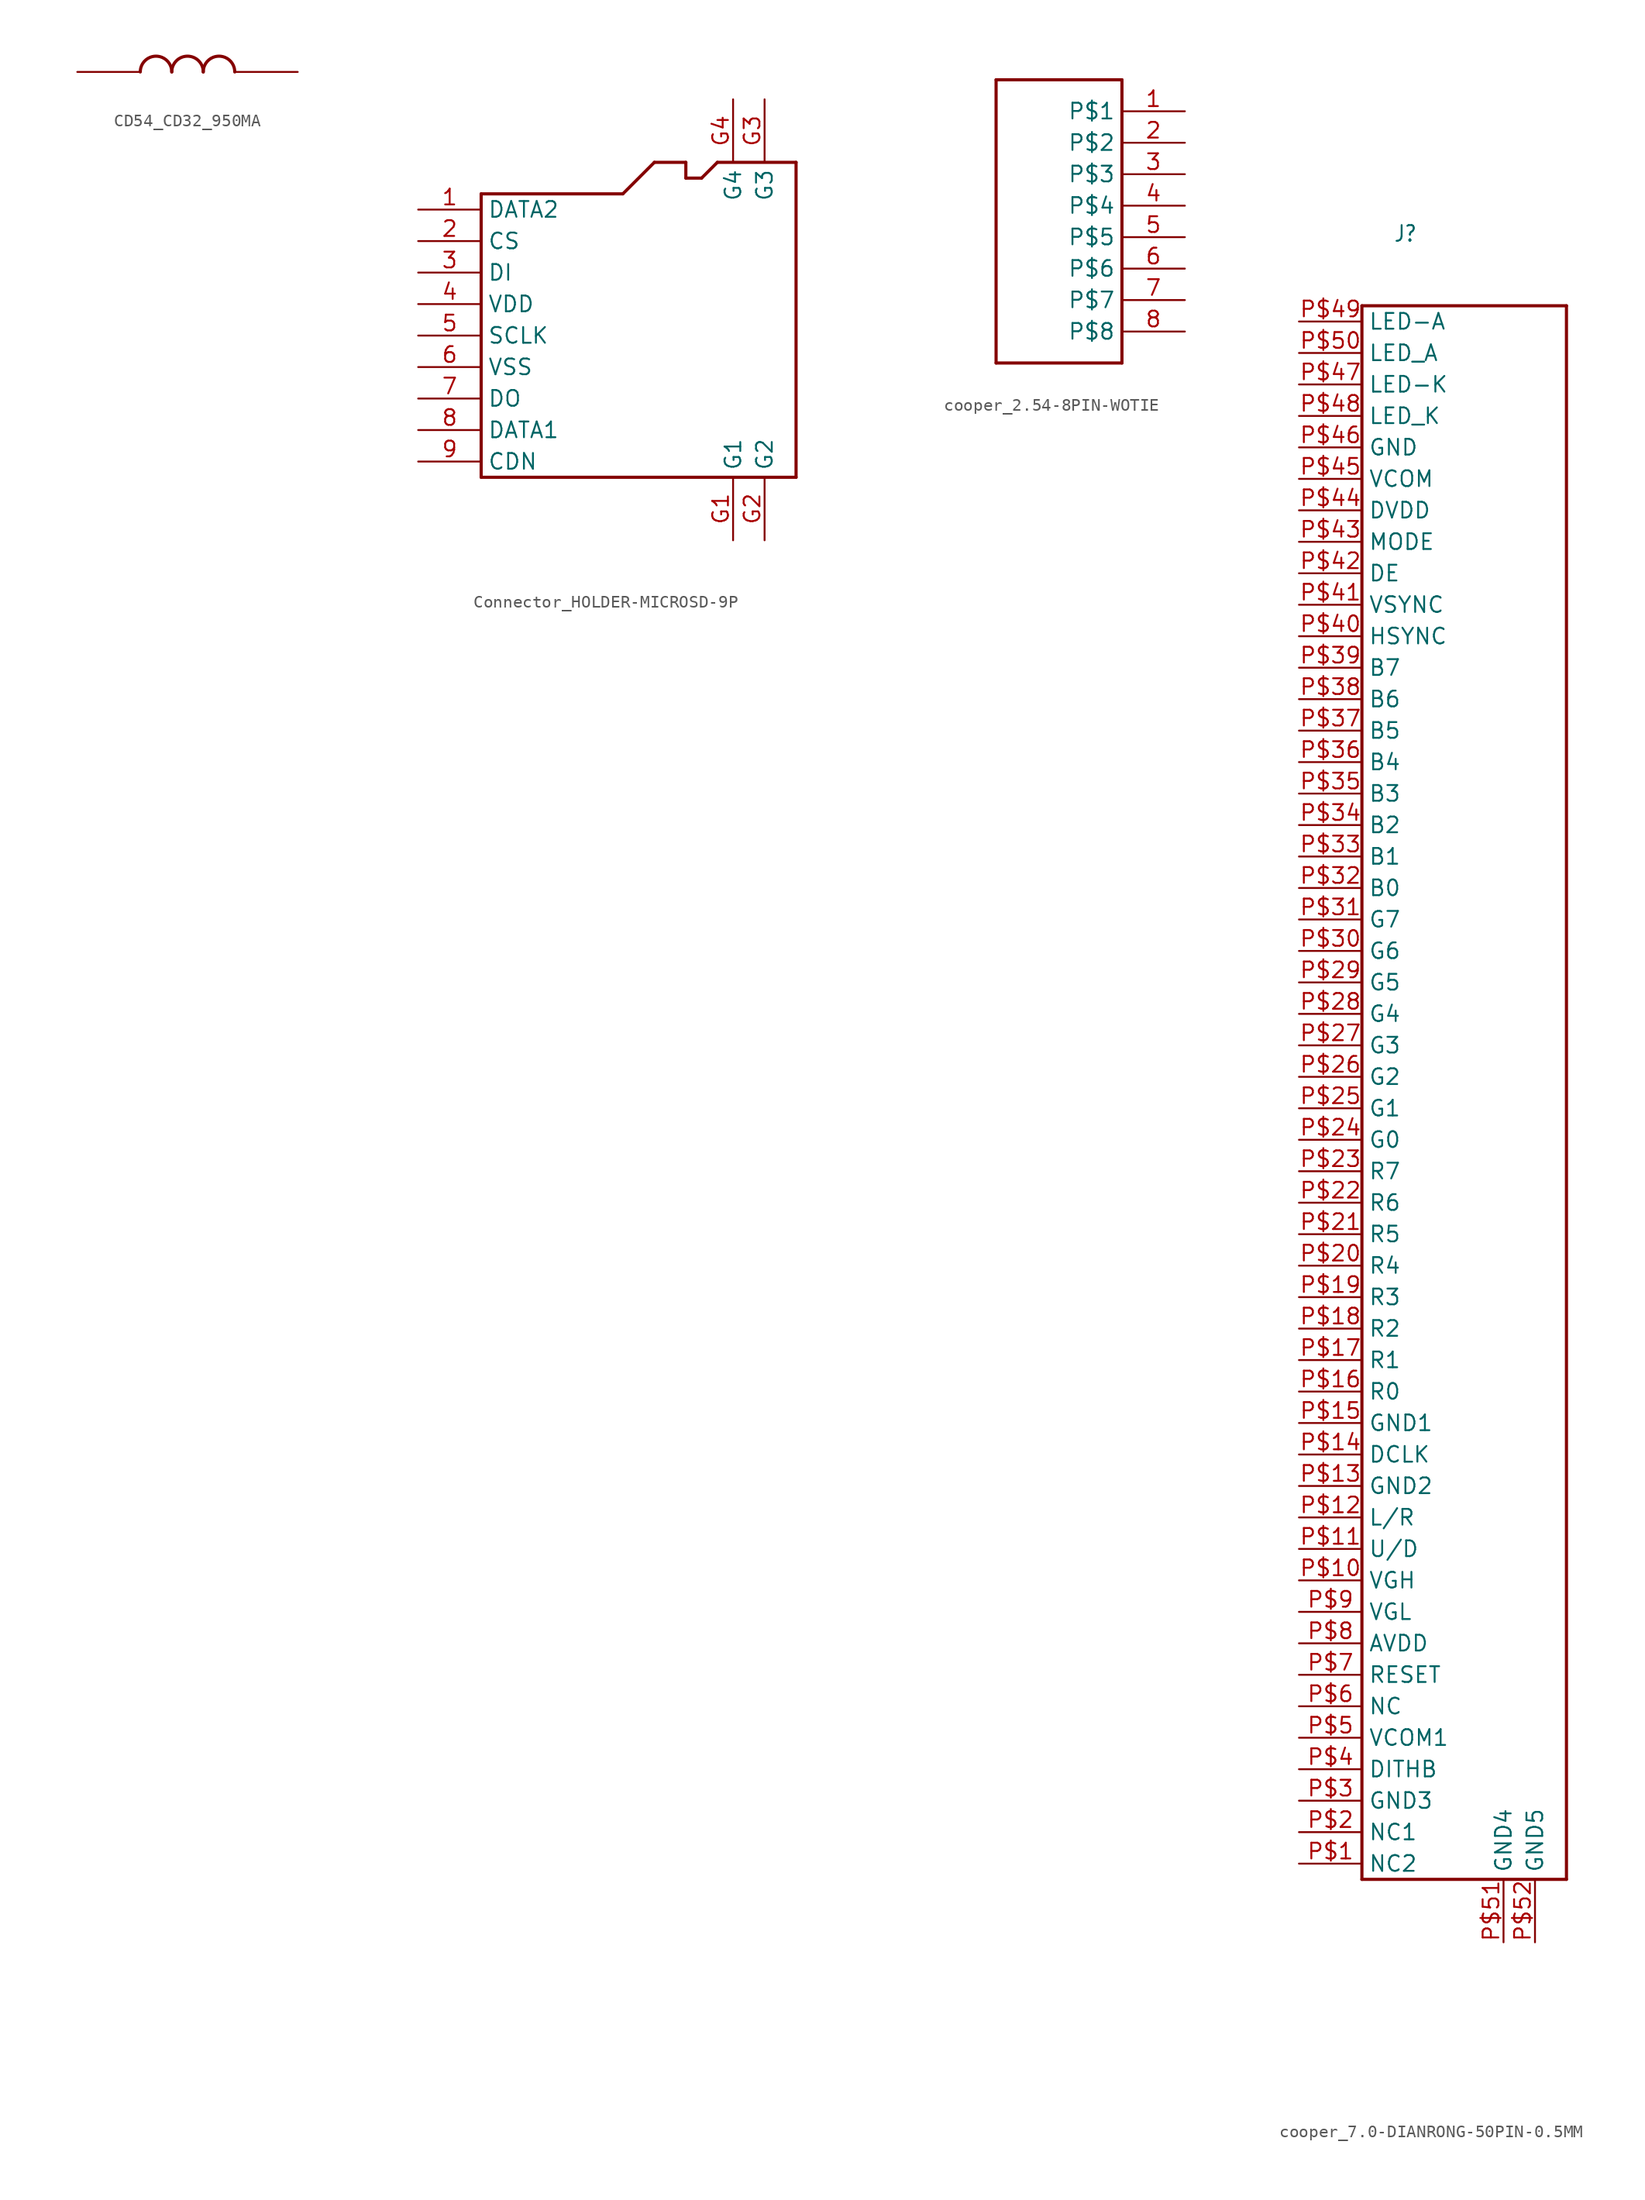
<source format=kicad_sym>
(kicad_symbol_lib
  (version 20231120)
  (generator "kicad_symbol_editor")
  (generator_version "8.0")
  (symbol "CD54_CD32_950MA"
    (property "Reference" ""
      (at -7.62 2.54 0)
      (effects (font (size 1.016 0.864)) (justify left bottom) (hide yes)))
    (property "Value" ""
      (at -7.62 -2.54 0)
      (effects (font (size 1.016 0.864)) (justify left bottom)))
    (property "ki_locked" ""
      (at 0 0 0)
      (effects (font (size 1.27 1.27))))
    (symbol "CD54_CD32_950MA_1_0"
      (arc (start -5.08 0) (mid -6.35 1.27) (end -7.62 0) (stroke (width 0.254) (type solid)) (fill (type none)))
      (arc (start -2.54 0) (mid -3.81 1.27) (end -5.08 0) (stroke (width 0.254) (type solid)) (fill (type none)))
      (arc (start 0 0) (mid -1.27 1.27) (end -2.54 0) (stroke (width 0.254) (type solid)) (fill (type none)))
      (pin bidirectional line (at -12.7 0 0) (length 5.08) (name "1" (effects (font (size 0 0)))) (number "1" (effects (font (size 0 0)))))
      (pin bidirectional line (at 5.08 0 180) (length 5.08) (name "2" (effects (font (size 0 0)))) (number "2" (effects (font (size 0 0)))))))
  (symbol "Connector_HOLDER-MICROSD-9P"
    (property "Reference" "J"
      (at -11.43 11.43 0)
      (effects (font (size 1.778 1.511)) (justify left bottom) (hide yes)))
    (property "ki_locked" ""
      (at 0 0 0)
      (effects (font (size 1.27 1.27))))
    (symbol "Connector_HOLDER-MICROSD-9P_1_0"
      (polyline (pts (xy -12.7 -11.43) (xy 12.7 -11.43)) (stroke (width 0.254) (type solid)) (fill (type none)))
      (polyline (pts (xy -12.7 11.43) (xy -12.7 -11.43)) (stroke (width 0.254) (type solid)) (fill (type none)))
      (polyline (pts (xy -1.27 11.43) (xy -12.7 11.43)) (stroke (width 0.254) (type solid)) (fill (type none)))
      (polyline (pts (xy 1.27 13.97) (xy -1.27 11.43)) (stroke (width 0.254) (type solid)) (fill (type none)))
      (polyline (pts (xy 3.81 12.7) (xy 3.81 13.97)) (stroke (width 0.254) (type solid)) (fill (type none)))
      (polyline (pts (xy 3.81 13.97) (xy 1.27 13.97)) (stroke (width 0.254) (type solid)) (fill (type none)))
      (polyline (pts (xy 5.08 12.7) (xy 3.81 12.7)) (stroke (width 0.254) (type solid)) (fill (type none)))
      (polyline (pts (xy 6.35 13.97) (xy 5.08 12.7)) (stroke (width 0.254) (type solid)) (fill (type none)))
      (polyline (pts (xy 12.7 -11.43) (xy 12.7 13.97)) (stroke (width 0.254) (type solid)) (fill (type none)))
      (polyline (pts (xy 12.7 13.97) (xy 6.35 13.97)) (stroke (width 0.254) (type solid)) (fill (type none)))
      (pin bidirectional line (at -17.78 10.16 0) (length 5.08) (name "DATA2" (effects (font (size 1.27 1.27)))) (number "1" (effects (font (size 1.27 1.27)))))
      (pin bidirectional line (at -17.78 7.62 0) (length 5.08) (name "CS" (effects (font (size 1.27 1.27)))) (number "2" (effects (font (size 1.27 1.27)))))
      (pin bidirectional line (at -17.78 5.08 0) (length 5.08) (name "DI" (effects (font (size 1.27 1.27)))) (number "3" (effects (font (size 1.27 1.27)))))
      (pin bidirectional line (at -17.78 2.54 0) (length 5.08) (name "VDD" (effects (font (size 1.27 1.27)))) (number "4" (effects (font (size 1.27 1.27)))))
      (pin bidirectional line (at -17.78 0 0) (length 5.08) (name "SCLK" (effects (font (size 1.27 1.27)))) (number "5" (effects (font (size 1.27 1.27)))))
      (pin bidirectional line (at -17.78 -2.54 0) (length 5.08) (name "VSS" (effects (font (size 1.27 1.27)))) (number "6" (effects (font (size 1.27 1.27)))))
      (pin bidirectional line (at -17.78 -5.08 0) (length 5.08) (name "DO" (effects (font (size 1.27 1.27)))) (number "7" (effects (font (size 1.27 1.27)))))
      (pin bidirectional line (at -17.78 -7.62 0) (length 5.08) (name "DATA1" (effects (font (size 1.27 1.27)))) (number "8" (effects (font (size 1.27 1.27)))))
      (pin bidirectional line (at -17.78 -10.16 0) (length 5.08) (name "CDN" (effects (font (size 1.27 1.27)))) (number "9" (effects (font (size 1.27 1.27)))))
      (pin bidirectional line (at 7.62 -16.51 90) (length 5.08) (name "G1" (effects (font (size 1.27 1.27)))) (number "G1" (effects (font (size 1.27 1.27)))))
      (pin bidirectional line (at 10.16 -16.51 90) (length 5.08) (name "G2" (effects (font (size 1.27 1.27)))) (number "G2" (effects (font (size 1.27 1.27)))))
      (pin bidirectional line (at 10.16 19.05 270) (length 5.08) (name "G3" (effects (font (size 1.27 1.27)))) (number "G3" (effects (font (size 1.27 1.27)))))
      (pin bidirectional line (at 7.62 19.05 270) (length 5.08) (name "G4" (effects (font (size 1.27 1.27)))) (number "G4" (effects (font (size 1.27 1.27)))))))
  (symbol "cooper_2.54-8PIN-WOTIE"
    (property "Reference" ""
      (at -14.2 -3.72 0)
      (effects (font (size 1.778 1.511)) (justify left bottom) (hide yes)))
    (property "Value" ""
      (at -14.3 -8.1 0)
      (effects (font (size 1.778 1.511)) (justify left bottom)))
    (property "ki_locked" ""
      (at 0 0 0)
      (effects (font (size 1.27 1.27))))
    (symbol "cooper_2.54-8PIN-WOTIE_1_0"
      (polyline (pts (xy -7.62 -15.24) (xy -7.62 7.62)) (stroke (width 0.254) (type solid)) (fill (type none)))
      (polyline (pts (xy -7.62 7.62) (xy 2.54 7.62)) (stroke (width 0.254) (type solid)) (fill (type none)))
      (polyline (pts (xy 2.54 -15.24) (xy -7.62 -15.24)) (stroke (width 0.254) (type solid)) (fill (type none)))
      (polyline (pts (xy 2.54 7.62) (xy 2.54 -15.24)) (stroke (width 0.254) (type solid)) (fill (type none)))
      (pin bidirectional line (at 7.62 5.08 180) (length 5.08) (name "P$1" (effects (font (size 1.27 1.27)))) (number "1" (effects (font (size 1.27 1.27)))))
      (pin bidirectional line (at 7.62 2.54 180) (length 5.08) (name "P$2" (effects (font (size 1.27 1.27)))) (number "2" (effects (font (size 1.27 1.27)))))
      (pin bidirectional line (at 7.62 0 180) (length 5.08) (name "P$3" (effects (font (size 1.27 1.27)))) (number "3" (effects (font (size 1.27 1.27)))))
      (pin bidirectional line (at 7.62 -2.54 180) (length 5.08) (name "P$4" (effects (font (size 1.27 1.27)))) (number "4" (effects (font (size 1.27 1.27)))))
      (pin bidirectional line (at 7.62 -5.08 180) (length 5.08) (name "P$5" (effects (font (size 1.27 1.27)))) (number "5" (effects (font (size 1.27 1.27)))))
      (pin bidirectional line (at 7.62 -7.62 180) (length 5.08) (name "P$6" (effects (font (size 1.27 1.27)))) (number "6" (effects (font (size 1.27 1.27)))))
      (pin bidirectional line (at 7.62 -10.16 180) (length 5.08) (name "P$7" (effects (font (size 1.27 1.27)))) (number "7" (effects (font (size 1.27 1.27)))))
      (pin bidirectional line (at 7.62 -12.7 180) (length 5.08) (name "P$8" (effects (font (size 1.27 1.27)))) (number "8" (effects (font (size 1.27 1.27)))))))
  (symbol "cooper_7.0-DIANRONG-50PIN-0.5MM"
    (property "Reference" "J"
      (at -7.62 68.58 0)
      (effects (font (size 1.27 1.079)) (justify left bottom)))
    (property "Value" ""
      (at -7.62 66.04 0)
      (effects (font (size 1.27 1.079)) (justify left bottom)))
    (property "ki_locked" ""
      (at 0 0 0)
      (effects (font (size 1.27 1.27))))
    (symbol "cooper_7.0-DIANRONG-50PIN-0.5MM_1_0"
      (polyline (pts (xy -10.16 -63.5) (xy 6.35 -63.5)) (stroke (width 0.254) (type solid)) (fill (type none)))
      (polyline (pts (xy -10.16 63.5) (xy -10.16 -63.5)) (stroke (width 0.254) (type solid)) (fill (type none)))
      (polyline (pts (xy 6.35 -63.5) (xy 6.35 63.5)) (stroke (width 0.254) (type solid)) (fill (type none)))
      (polyline (pts (xy 6.35 63.5) (xy -10.16 63.5)) (stroke (width 0.254) (type solid)) (fill (type none)))
      (pin bidirectional line (at -15.24 -62.23 0) (length 5.08) (name "NC2" (effects (font (size 1.27 1.27)))) (number "P$1" (effects (font (size 1.27 1.27)))))
      (pin bidirectional line (at -15.24 -39.37 0) (length 5.08) (name "VGH" (effects (font (size 1.27 1.27)))) (number "P$10" (effects (font (size 1.27 1.27)))))
      (pin bidirectional line (at -15.24 -36.83 0) (length 5.08) (name "U/D" (effects (font (size 1.27 1.27)))) (number "P$11" (effects (font (size 1.27 1.27)))))
      (pin bidirectional line (at -15.24 -34.29 0) (length 5.08) (name "L/R" (effects (font (size 1.27 1.27)))) (number "P$12" (effects (font (size 1.27 1.27)))))
      (pin bidirectional line (at -15.24 -31.75 0) (length 5.08) (name "GND2" (effects (font (size 1.27 1.27)))) (number "P$13" (effects (font (size 1.27 1.27)))))
      (pin bidirectional line (at -15.24 -29.21 0) (length 5.08) (name "DCLK" (effects (font (size 1.27 1.27)))) (number "P$14" (effects (font (size 1.27 1.27)))))
      (pin bidirectional line (at -15.24 -26.67 0) (length 5.08) (name "GND1" (effects (font (size 1.27 1.27)))) (number "P$15" (effects (font (size 1.27 1.27)))))
      (pin bidirectional line (at -15.24 -24.13 0) (length 5.08) (name "R0" (effects (font (size 1.27 1.27)))) (number "P$16" (effects (font (size 1.27 1.27)))))
      (pin bidirectional line (at -15.24 -21.59 0) (length 5.08) (name "R1" (effects (font (size 1.27 1.27)))) (number "P$17" (effects (font (size 1.27 1.27)))))
      (pin bidirectional line (at -15.24 -19.05 0) (length 5.08) (name "R2" (effects (font (size 1.27 1.27)))) (number "P$18" (effects (font (size 1.27 1.27)))))
      (pin bidirectional line (at -15.24 -16.51 0) (length 5.08) (name "R3" (effects (font (size 1.27 1.27)))) (number "P$19" (effects (font (size 1.27 1.27)))))
      (pin bidirectional line (at -15.24 -59.69 0) (length 5.08) (name "NC1" (effects (font (size 1.27 1.27)))) (number "P$2" (effects (font (size 1.27 1.27)))))
      (pin bidirectional line (at -15.24 -13.97 0) (length 5.08) (name "R4" (effects (font (size 1.27 1.27)))) (number "P$20" (effects (font (size 1.27 1.27)))))
      (pin bidirectional line (at -15.24 -11.43 0) (length 5.08) (name "R5" (effects (font (size 1.27 1.27)))) (number "P$21" (effects (font (size 1.27 1.27)))))
      (pin bidirectional line (at -15.24 -8.89 0) (length 5.08) (name "R6" (effects (font (size 1.27 1.27)))) (number "P$22" (effects (font (size 1.27 1.27)))))
      (pin bidirectional line (at -15.24 -6.35 0) (length 5.08) (name "R7" (effects (font (size 1.27 1.27)))) (number "P$23" (effects (font (size 1.27 1.27)))))
      (pin bidirectional line (at -15.24 -3.81 0) (length 5.08) (name "G0" (effects (font (size 1.27 1.27)))) (number "P$24" (effects (font (size 1.27 1.27)))))
      (pin bidirectional line (at -15.24 -1.27 0) (length 5.08) (name "G1" (effects (font (size 1.27 1.27)))) (number "P$25" (effects (font (size 1.27 1.27)))))
      (pin bidirectional line (at -15.24 1.27 0) (length 5.08) (name "G2" (effects (font (size 1.27 1.27)))) (number "P$26" (effects (font (size 1.27 1.27)))))
      (pin bidirectional line (at -15.24 3.81 0) (length 5.08) (name "G3" (effects (font (size 1.27 1.27)))) (number "P$27" (effects (font (size 1.27 1.27)))))
      (pin bidirectional line (at -15.24 6.35 0) (length 5.08) (name "G4" (effects (font (size 1.27 1.27)))) (number "P$28" (effects (font (size 1.27 1.27)))))
      (pin bidirectional line (at -15.24 8.89 0) (length 5.08) (name "G5" (effects (font (size 1.27 1.27)))) (number "P$29" (effects (font (size 1.27 1.27)))))
      (pin bidirectional line (at -15.24 -57.15 0) (length 5.08) (name "GND3" (effects (font (size 1.27 1.27)))) (number "P$3" (effects (font (size 1.27 1.27)))))
      (pin bidirectional line (at -15.24 11.43 0) (length 5.08) (name "G6" (effects (font (size 1.27 1.27)))) (number "P$30" (effects (font (size 1.27 1.27)))))
      (pin bidirectional line (at -15.24 13.97 0) (length 5.08) (name "G7" (effects (font (size 1.27 1.27)))) (number "P$31" (effects (font (size 1.27 1.27)))))
      (pin bidirectional line (at -15.24 16.51 0) (length 5.08) (name "B0" (effects (font (size 1.27 1.27)))) (number "P$32" (effects (font (size 1.27 1.27)))))
      (pin bidirectional line (at -15.24 19.05 0) (length 5.08) (name "B1" (effects (font (size 1.27 1.27)))) (number "P$33" (effects (font (size 1.27 1.27)))))
      (pin bidirectional line (at -15.24 21.59 0) (length 5.08) (name "B2" (effects (font (size 1.27 1.27)))) (number "P$34" (effects (font (size 1.27 1.27)))))
      (pin bidirectional line (at -15.24 24.13 0) (length 5.08) (name "B3" (effects (font (size 1.27 1.27)))) (number "P$35" (effects (font (size 1.27 1.27)))))
      (pin bidirectional line (at -15.24 26.67 0) (length 5.08) (name "B4" (effects (font (size 1.27 1.27)))) (number "P$36" (effects (font (size 1.27 1.27)))))
      (pin bidirectional line (at -15.24 29.21 0) (length 5.08) (name "B5" (effects (font (size 1.27 1.27)))) (number "P$37" (effects (font (size 1.27 1.27)))))
      (pin bidirectional line (at -15.24 31.75 0) (length 5.08) (name "B6" (effects (font (size 1.27 1.27)))) (number "P$38" (effects (font (size 1.27 1.27)))))
      (pin bidirectional line (at -15.24 34.29 0) (length 5.08) (name "B7" (effects (font (size 1.27 1.27)))) (number "P$39" (effects (font (size 1.27 1.27)))))
      (pin bidirectional line (at -15.24 -54.61 0) (length 5.08) (name "DITHB" (effects (font (size 1.27 1.27)))) (number "P$4" (effects (font (size 1.27 1.27)))))
      (pin bidirectional line (at -15.24 36.83 0) (length 5.08) (name "HSYNC" (effects (font (size 1.27 1.27)))) (number "P$40" (effects (font (size 1.27 1.27)))))
      (pin bidirectional line (at -15.24 39.37 0) (length 5.08) (name "VSYNC" (effects (font (size 1.27 1.27)))) (number "P$41" (effects (font (size 1.27 1.27)))))
      (pin bidirectional line (at -15.24 41.91 0) (length 5.08) (name "DE" (effects (font (size 1.27 1.27)))) (number "P$42" (effects (font (size 1.27 1.27)))))
      (pin bidirectional line (at -15.24 44.45 0) (length 5.08) (name "MODE" (effects (font (size 1.27 1.27)))) (number "P$43" (effects (font (size 1.27 1.27)))))
      (pin bidirectional line (at -15.24 46.99 0) (length 5.08) (name "DVDD" (effects (font (size 1.27 1.27)))) (number "P$44" (effects (font (size 1.27 1.27)))))
      (pin bidirectional line (at -15.24 49.53 0) (length 5.08) (name "VCOM" (effects (font (size 1.27 1.27)))) (number "P$45" (effects (font (size 1.27 1.27)))))
      (pin bidirectional line (at -15.24 52.07 0) (length 5.08) (name "GND" (effects (font (size 1.27 1.27)))) (number "P$46" (effects (font (size 1.27 1.27)))))
      (pin bidirectional line (at -15.24 57.15 0) (length 5.08) (name "LED-K" (effects (font (size 1.27 1.27)))) (number "P$47" (effects (font (size 1.27 1.27)))))
      (pin bidirectional line (at -15.24 54.61 0) (length 5.08) (name "LED_K" (effects (font (size 1.27 1.27)))) (number "P$48" (effects (font (size 1.27 1.27)))))
      (pin bidirectional line (at -15.24 62.23 0) (length 5.08) (name "LED-A" (effects (font (size 1.27 1.27)))) (number "P$49" (effects (font (size 1.27 1.27)))))
      (pin bidirectional line (at -15.24 -52.07 0) (length 5.08) (name "VCOM1" (effects (font (size 1.27 1.27)))) (number "P$5" (effects (font (size 1.27 1.27)))))
      (pin bidirectional line (at -15.24 59.69 0) (length 5.08) (name "LED_A" (effects (font (size 1.27 1.27)))) (number "P$50" (effects (font (size 1.27 1.27)))))
      (pin bidirectional line (at 1.27 -68.58 90) (length 5.08) (name "GND4" (effects (font (size 1.27 1.27)))) (number "P$51" (effects (font (size 1.27 1.27)))))
      (pin bidirectional line (at 3.81 -68.58 90) (length 5.08) (name "GND5" (effects (font (size 1.27 1.27)))) (number "P$52" (effects (font (size 1.27 1.27)))))
      (pin bidirectional line (at -15.24 -49.53 0) (length 5.08) (name "NC" (effects (font (size 1.27 1.27)))) (number "P$6" (effects (font (size 1.27 1.27)))))
      (pin bidirectional line (at -15.24 -46.99 0) (length 5.08) (name "RESET" (effects (font (size 1.27 1.27)))) (number "P$7" (effects (font (size 1.27 1.27)))))
      (pin bidirectional line (at -15.24 -44.45 0) (length 5.08) (name "AVDD" (effects (font (size 1.27 1.27)))) (number "P$8" (effects (font (size 1.27 1.27)))))
      (pin bidirectional line (at -15.24 -41.91 0) (length 5.08) (name "VGL" (effects (font (size 1.27 1.27)))) (number "P$9" (effects (font (size 1.27 1.27))))))))
</source>
